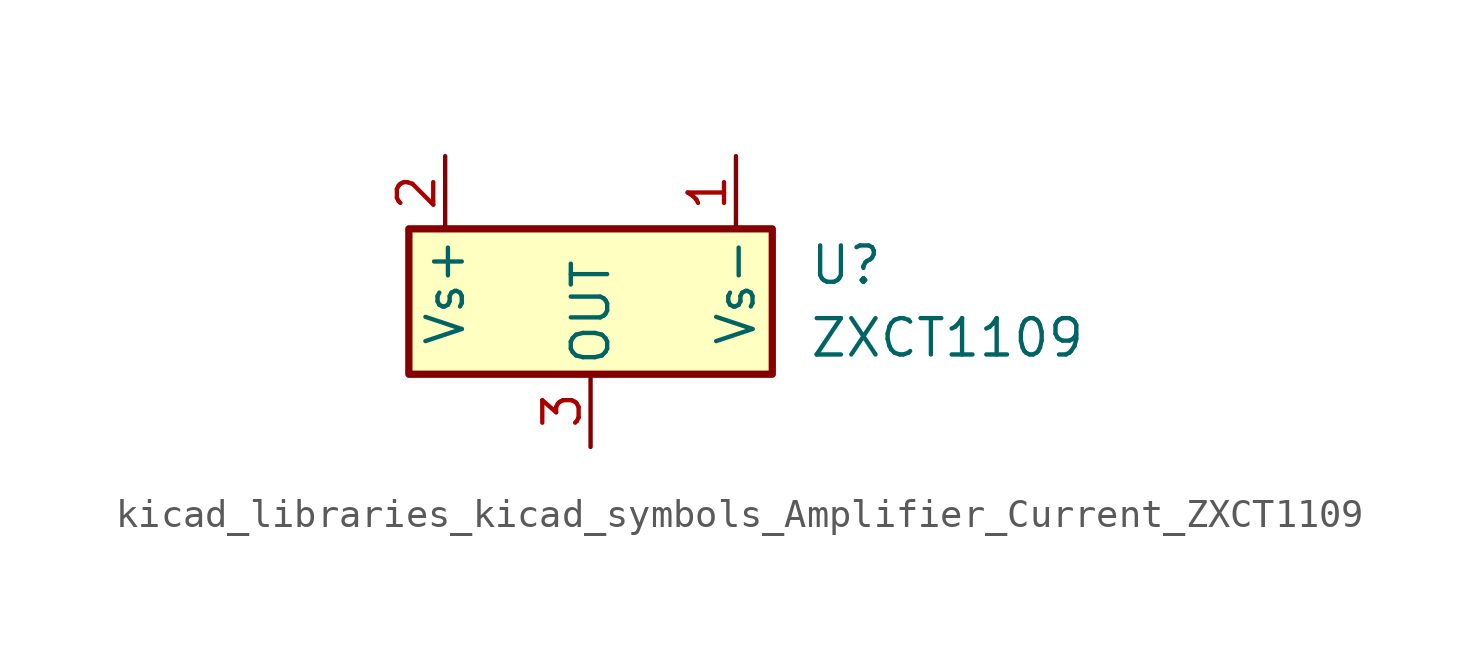
<source format=kicad_sym>
(kicad_symbol_lib
  (version 20220914)
  (generator kicad_symbol_editor)
  (symbol "kicad_libraries_kicad_symbols_Amplifier_Current_ZXCT1109"
    (pin_names
      (offset 0.254))
    (property "Reference" "U"
      (at 7.62 1.27 0)
      (effects (font (size 1.27 1.27)) (justify left)))
    (property "Value" "ZXCT1109"
      (at 7.62 -1.27 0)
      (effects (font (size 1.27 1.27)) (justify left)))
    (symbol "kicad_libraries_kicad_symbols_Amplifier_Current_ZXCT1109_0_1"
      (rectangle (start -6.35 2.54) (end 6.35 -2.54) (stroke (width 0.254) (type default)) (fill (type background))))
    (symbol "kicad_libraries_kicad_symbols_Amplifier_Current_ZXCT1109_1_1"
      (pin input line (at 5.08 5.08 270) (length 2.54) (name "Vs-" (effects (font (size 1.27 1.27)))) (number "1" (effects (font (size 1.27 1.27)))))
      (pin input line (at -5.08 5.08 270) (length 2.54) (name "Vs+" (effects (font (size 1.27 1.27)))) (number "2" (effects (font (size 1.27 1.27)))))
      (pin output line (at 0 -5.08 90) (length 2.54) (name "OUT" (effects (font (size 1.27 1.27)))) (number "3" (effects (font (size 1.27 1.27))))))))
</source>
